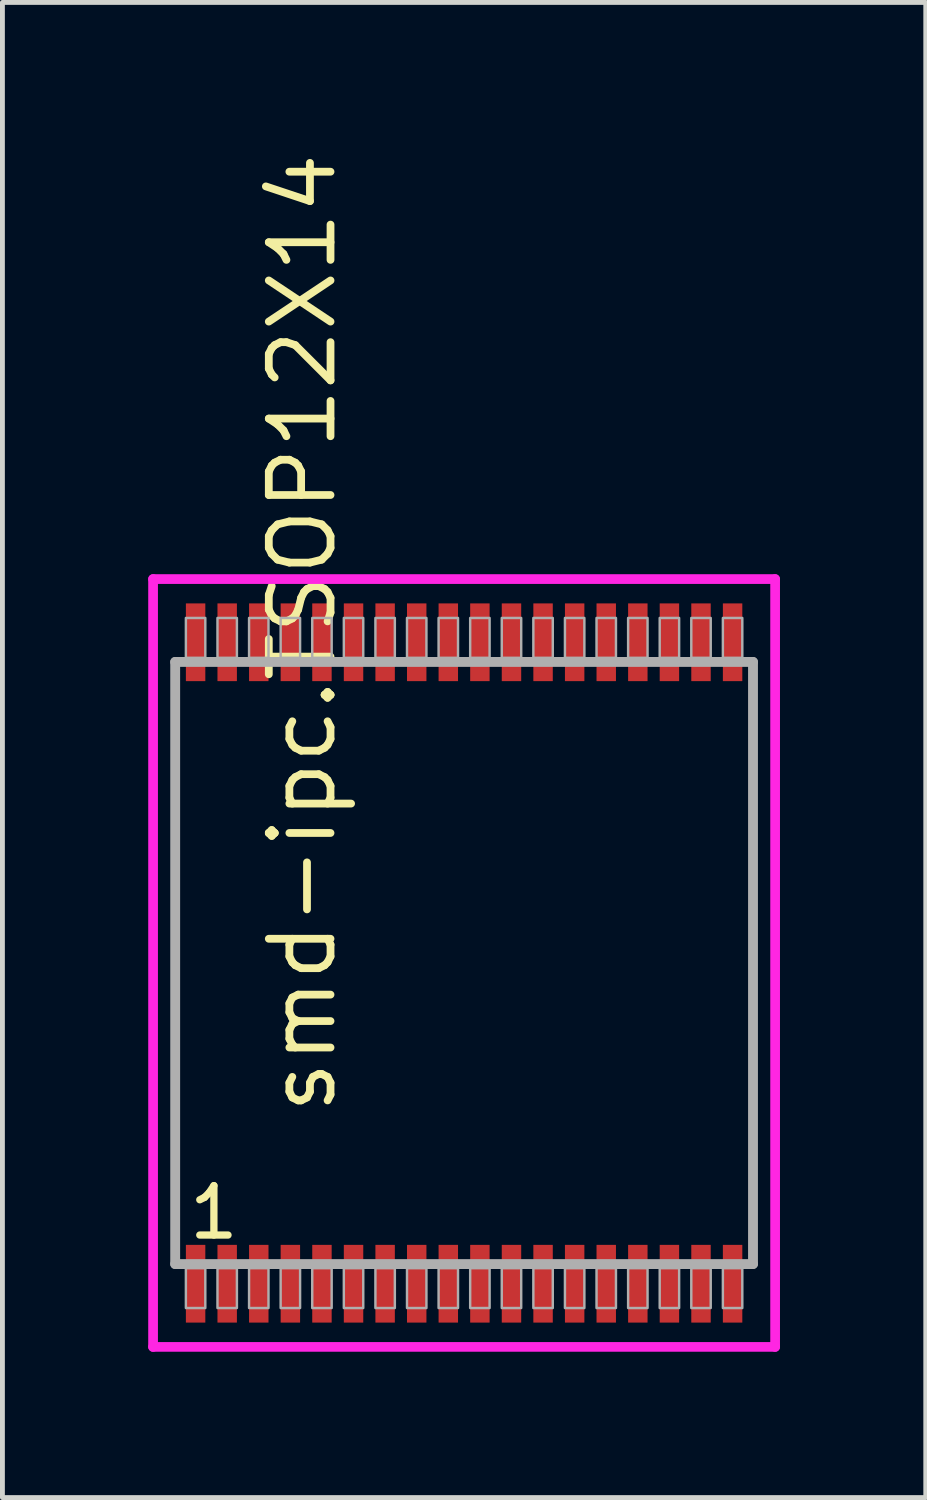
<source format=kicad_pcb>
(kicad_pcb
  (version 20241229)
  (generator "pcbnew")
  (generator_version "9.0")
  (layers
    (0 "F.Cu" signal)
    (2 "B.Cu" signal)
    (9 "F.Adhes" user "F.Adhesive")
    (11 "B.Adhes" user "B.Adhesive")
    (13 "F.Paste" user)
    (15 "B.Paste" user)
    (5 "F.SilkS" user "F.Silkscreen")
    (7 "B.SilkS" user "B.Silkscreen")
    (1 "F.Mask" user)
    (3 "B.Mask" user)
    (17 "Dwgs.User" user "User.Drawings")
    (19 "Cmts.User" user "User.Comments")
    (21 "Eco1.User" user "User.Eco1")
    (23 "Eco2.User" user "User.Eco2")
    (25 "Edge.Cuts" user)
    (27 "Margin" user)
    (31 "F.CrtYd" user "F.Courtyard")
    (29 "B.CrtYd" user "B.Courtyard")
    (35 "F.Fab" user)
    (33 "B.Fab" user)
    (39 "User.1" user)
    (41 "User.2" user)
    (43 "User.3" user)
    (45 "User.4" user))
  (footprint "smd-ipc.TSOP12X14"
    (layer "F.Cu")
    (at 6.5 16.766)
    (property "Reference" "smd-ipc.TSOP12X14" (at -2.585 3.175 90) (layer "F.SilkS") (effects (font (size 1.27 1.27) (thickness 0.16)) (justify left bottom)))
    (attr smd)
    (fp_line (start -6.4 -7.9) (end 6.4 -7.9) (stroke (width 0.2) (type default)) (layer "F.CrtYd"))
    (fp_line (start -6.4 7.9) (end -6.4 -7.9) (stroke (width 0.2) (type default)) (layer "F.CrtYd"))
    (fp_line (start 6.4 -7.9) (end 6.4 7.9) (stroke (width 0.2) (type default)) (layer "F.CrtYd"))
    (fp_line (start 6.4 7.9) (end -6.4 7.9) (stroke (width 0.2) (type default)) (layer "F.CrtYd"))
    (fp_line (start -5.945 -6.195) (end 5.945 -6.195) (stroke (width 0.203) (type default)) (layer "F.Fab"))
    (fp_line (start -5.945 6.195) (end -5.945 -6.195) (stroke (width 0.203) (type default)) (layer "F.Fab"))
    (fp_line (start 5.945 -6.195) (end 5.945 6.195) (stroke (width 0.203) (type default)) (layer "F.Fab"))
    (fp_line (start 5.945 6.195) (end -5.945 6.195) (stroke (width 0.203) (type default)) (layer "F.Fab"))
    (fp_rect (start -5.725 -6.28) (end -5.325 -7.1) (stroke (width 0.05) (type default)) (fill no) (layer "F.Fab"))
    (fp_rect (start -5.725 7.1) (end -5.325 6.28) (stroke (width 0.05) (type default)) (fill no) (layer "F.Fab"))
    (fp_rect (start -5.075 -6.28) (end -4.675 -7.1) (stroke (width 0.05) (type default)) (fill no) (layer "F.Fab"))
    (fp_rect (start -5.075 7.1) (end -4.675 6.28) (stroke (width 0.05) (type default)) (fill no) (layer "F.Fab"))
    (fp_rect (start -4.425 -6.28) (end -4.025 -7.1) (stroke (width 0.05) (type default)) (fill no) (layer "F.Fab"))
    (fp_rect (start -4.425 7.1) (end -4.025 6.28) (stroke (width 0.05) (type default)) (fill no) (layer "F.Fab"))
    (fp_rect (start -3.775 -6.28) (end -3.375 -7.1) (stroke (width 0.05) (type default)) (fill no) (layer "F.Fab"))
    (fp_rect (start -3.775 7.1) (end -3.375 6.28) (stroke (width 0.05) (type default)) (fill no) (layer "F.Fab"))
    (fp_rect (start -3.125 -6.28) (end -2.725 -7.1) (stroke (width 0.05) (type default)) (fill no) (layer "F.Fab"))
    (fp_rect (start -3.125 7.1) (end -2.725 6.28) (stroke (width 0.05) (type default)) (fill no) (layer "F.Fab"))
    (fp_rect (start -2.475 -6.28) (end -2.075 -7.1) (stroke (width 0.05) (type default)) (fill no) (layer "F.Fab"))
    (fp_rect (start -2.475 7.1) (end -2.075 6.28) (stroke (width 0.05) (type default)) (fill no) (layer "F.Fab"))
    (fp_rect (start -1.825 -6.28) (end -1.425 -7.1) (stroke (width 0.05) (type default)) (fill no) (layer "F.Fab"))
    (fp_rect (start -1.825 7.1) (end -1.425 6.28) (stroke (width 0.05) (type default)) (fill no) (layer "F.Fab"))
    (fp_rect (start -1.175 -6.28) (end -0.775 -7.1) (stroke (width 0.05) (type default)) (fill no) (layer "F.Fab"))
    (fp_rect (start -1.175 7.1) (end -0.775 6.28) (stroke (width 0.05) (type default)) (fill no) (layer "F.Fab"))
    (fp_rect (start -0.525 -6.28) (end -0.125 -7.1) (stroke (width 0.05) (type default)) (fill no) (layer "F.Fab"))
    (fp_rect (start -0.525 7.1) (end -0.125 6.28) (stroke (width 0.05) (type default)) (fill no) (layer "F.Fab"))
    (fp_rect (start 0.125 -6.28) (end 0.525 -7.1) (stroke (width 0.05) (type default)) (fill no) (layer "F.Fab"))
    (fp_rect (start 0.125 7.1) (end 0.525 6.28) (stroke (width 0.05) (type default)) (fill no) (layer "F.Fab"))
    (fp_rect (start 0.775 -6.28) (end 1.175 -7.1) (stroke (width 0.05) (type default)) (fill no) (layer "F.Fab"))
    (fp_rect (start 0.775 7.1) (end 1.175 6.28) (stroke (width 0.05) (type default)) (fill no) (layer "F.Fab"))
    (fp_rect (start 1.425 -6.28) (end 1.825 -7.1) (stroke (width 0.05) (type default)) (fill no) (layer "F.Fab"))
    (fp_rect (start 1.425 7.1) (end 1.825 6.28) (stroke (width 0.05) (type default)) (fill no) (layer "F.Fab"))
    (fp_rect (start 2.075 -6.28) (end 2.475 -7.1) (stroke (width 0.05) (type default)) (fill no) (layer "F.Fab"))
    (fp_rect (start 2.075 7.1) (end 2.475 6.28) (stroke (width 0.05) (type default)) (fill no) (layer "F.Fab"))
    (fp_rect (start 2.725 -6.28) (end 3.125 -7.1) (stroke (width 0.05) (type default)) (fill no) (layer "F.Fab"))
    (fp_rect (start 2.725 7.1) (end 3.125 6.28) (stroke (width 0.05) (type default)) (fill no) (layer "F.Fab"))
    (fp_rect (start 3.375 -6.28) (end 3.775 -7.1) (stroke (width 0.05) (type default)) (fill no) (layer "F.Fab"))
    (fp_rect (start 3.375 7.1) (end 3.775 6.28) (stroke (width 0.05) (type default)) (fill no) (layer "F.Fab"))
    (fp_rect (start 4.025 -6.28) (end 4.425 -7.1) (stroke (width 0.05) (type default)) (fill no) (layer "F.Fab"))
    (fp_rect (start 4.025 7.1) (end 4.425 6.28) (stroke (width 0.05) (type default)) (fill no) (layer "F.Fab"))
    (fp_rect (start 4.675 -6.28) (end 5.075 -7.1) (stroke (width 0.05) (type default)) (fill no) (layer "F.Fab"))
    (fp_rect (start 4.675 7.1) (end 5.075 6.28) (stroke (width 0.05) (type default)) (fill no) (layer "F.Fab"))
    (fp_rect (start 5.325 -6.28) (end 5.725 -7.1) (stroke (width 0.05) (type default)) (fill no) (layer "F.Fab"))
    (fp_rect (start 5.325 7.1) (end 5.725 6.28) (stroke (width 0.05) (type default)) (fill no) (layer "F.Fab"))
    (fp_text user "1" (at -5.731 5.73 0) (layer "F.SilkS") (effects (font (size 1.016 1.016) (thickness 0.15)) (justify left bottom)))
    (pad "1" smd roundrect (at -5.525 6.6) (size 0.4 1.6) (layers "F.Cu" "F.Mask" "F.Paste") (roundrect_rratio 0.01))
    (pad "2" smd roundrect (at -4.875 6.6) (size 0.4 1.6) (layers "F.Cu" "F.Mask" "F.Paste") (roundrect_rratio 0.01))
    (pad "3" smd roundrect (at -4.225 6.6) (size 0.4 1.6) (layers "F.Cu" "F.Mask" "F.Paste") (roundrect_rratio 0.01))
    (pad "4" smd roundrect (at -3.575 6.6) (size 0.4 1.6) (layers "F.Cu" "F.Mask" "F.Paste") (roundrect_rratio 0.01))
    (pad "5" smd roundrect (at -2.925 6.6) (size 0.4 1.6) (layers "F.Cu" "F.Mask" "F.Paste") (roundrect_rratio 0.01))
    (pad "6" smd roundrect (at -2.275 6.6) (size 0.4 1.6) (layers "F.Cu" "F.Mask" "F.Paste") (roundrect_rratio 0.01))
    (pad "7" smd roundrect (at -1.625 6.6) (size 0.4 1.6) (layers "F.Cu" "F.Mask" "F.Paste") (roundrect_rratio 0.01))
    (pad "8" smd roundrect (at -0.975 6.6) (size 0.4 1.6) (layers "F.Cu" "F.Mask" "F.Paste") (roundrect_rratio 0.01))
    (pad "9" smd roundrect (at -0.325 6.6) (size 0.4 1.6) (layers "F.Cu" "F.Mask" "F.Paste") (roundrect_rratio 0.01))
    (pad "10" smd roundrect (at 0.325 6.6) (size 0.4 1.6) (layers "F.Cu" "F.Mask" "F.Paste") (roundrect_rratio 0.01))
    (pad "11" smd roundrect (at 0.975 6.6) (size 0.4 1.6) (layers "F.Cu" "F.Mask" "F.Paste") (roundrect_rratio 0.01))
    (pad "12" smd roundrect (at 1.625 6.6) (size 0.4 1.6) (layers "F.Cu" "F.Mask" "F.Paste") (roundrect_rratio 0.01))
    (pad "13" smd roundrect (at 2.275 6.6) (size 0.4 1.6) (layers "F.Cu" "F.Mask" "F.Paste") (roundrect_rratio 0.01))
    (pad "14" smd roundrect (at 2.925 6.6) (size 0.4 1.6) (layers "F.Cu" "F.Mask" "F.Paste") (roundrect_rratio 0.01))
    (pad "15" smd roundrect (at 3.575 6.6) (size 0.4 1.6) (layers "F.Cu" "F.Mask" "F.Paste") (roundrect_rratio 0.01))
    (pad "16" smd roundrect (at 4.225 6.6) (size 0.4 1.6) (layers "F.Cu" "F.Mask" "F.Paste") (roundrect_rratio 0.01))
    (pad "17" smd roundrect (at 4.875 6.6) (size 0.4 1.6) (layers "F.Cu" "F.Mask" "F.Paste") (roundrect_rratio 0.01))
    (pad "18" smd roundrect (at 5.525 6.6) (size 0.4 1.6) (layers "F.Cu" "F.Mask" "F.Paste") (roundrect_rratio 0.01))
    (pad "19" smd roundrect (at 5.525 -6.6) (size 0.4 1.6) (layers "F.Cu" "F.Mask" "F.Paste") (roundrect_rratio 0.01))
    (pad "20" smd roundrect (at 4.875 -6.6) (size 0.4 1.6) (layers "F.Cu" "F.Mask" "F.Paste") (roundrect_rratio 0.01))
    (pad "21" smd roundrect (at 4.225 -6.6) (size 0.4 1.6) (layers "F.Cu" "F.Mask" "F.Paste") (roundrect_rratio 0.01))
    (pad "22" smd roundrect (at 3.575 -6.6) (size 0.4 1.6) (layers "F.Cu" "F.Mask" "F.Paste") (roundrect_rratio 0.01))
    (pad "23" smd roundrect (at 2.925 -6.6) (size 0.4 1.6) (layers "F.Cu" "F.Mask" "F.Paste") (roundrect_rratio 0.01))
    (pad "24" smd roundrect (at 2.275 -6.6) (size 0.4 1.6) (layers "F.Cu" "F.Mask" "F.Paste") (roundrect_rratio 0.01))
    (pad "25" smd roundrect (at 1.625 -6.6) (size 0.4 1.6) (layers "F.Cu" "F.Mask" "F.Paste") (roundrect_rratio 0.01))
    (pad "26" smd roundrect (at 0.975 -6.6) (size 0.4 1.6) (layers "F.Cu" "F.Mask" "F.Paste") (roundrect_rratio 0.01))
    (pad "27" smd roundrect (at 0.325 -6.6) (size 0.4 1.6) (layers "F.Cu" "F.Mask" "F.Paste") (roundrect_rratio 0.01))
    (pad "28" smd roundrect (at -0.325 -6.6) (size 0.4 1.6) (layers "F.Cu" "F.Mask" "F.Paste") (roundrect_rratio 0.01))
    (pad "29" smd roundrect (at -0.975 -6.6) (size 0.4 1.6) (layers "F.Cu" "F.Mask" "F.Paste") (roundrect_rratio 0.01))
    (pad "30" smd roundrect (at -1.625 -6.6) (size 0.4 1.6) (layers "F.Cu" "F.Mask" "F.Paste") (roundrect_rratio 0.01))
    (pad "31" smd roundrect (at -2.275 -6.6) (size 0.4 1.6) (layers "F.Cu" "F.Mask" "F.Paste") (roundrect_rratio 0.01))
    (pad "32" smd roundrect (at -2.925 -6.6) (size 0.4 1.6) (layers "F.Cu" "F.Mask" "F.Paste") (roundrect_rratio 0.01))
    (pad "33" smd roundrect (at -3.575 -6.6) (size 0.4 1.6) (layers "F.Cu" "F.Mask" "F.Paste") (roundrect_rratio 0.01))
    (pad "34" smd roundrect (at -4.225 -6.6) (size 0.4 1.6) (layers "F.Cu" "F.Mask" "F.Paste") (roundrect_rratio 0.01))
    (pad "35" smd roundrect (at -4.875 -6.6) (size 0.4 1.6) (layers "F.Cu" "F.Mask" "F.Paste") (roundrect_rratio 0.01))
    (pad "36" smd roundrect (at -5.525 -6.6) (size 0.4 1.6) (layers "F.Cu" "F.Mask" "F.Paste") (roundrect_rratio 0.01)))
  (gr_rect
    (start -3 -3)
    (end 16 27.766)
    (stroke (width 0.1) (type default))
    (fill no)
    (layer "Edge.Cuts")))
</source>
